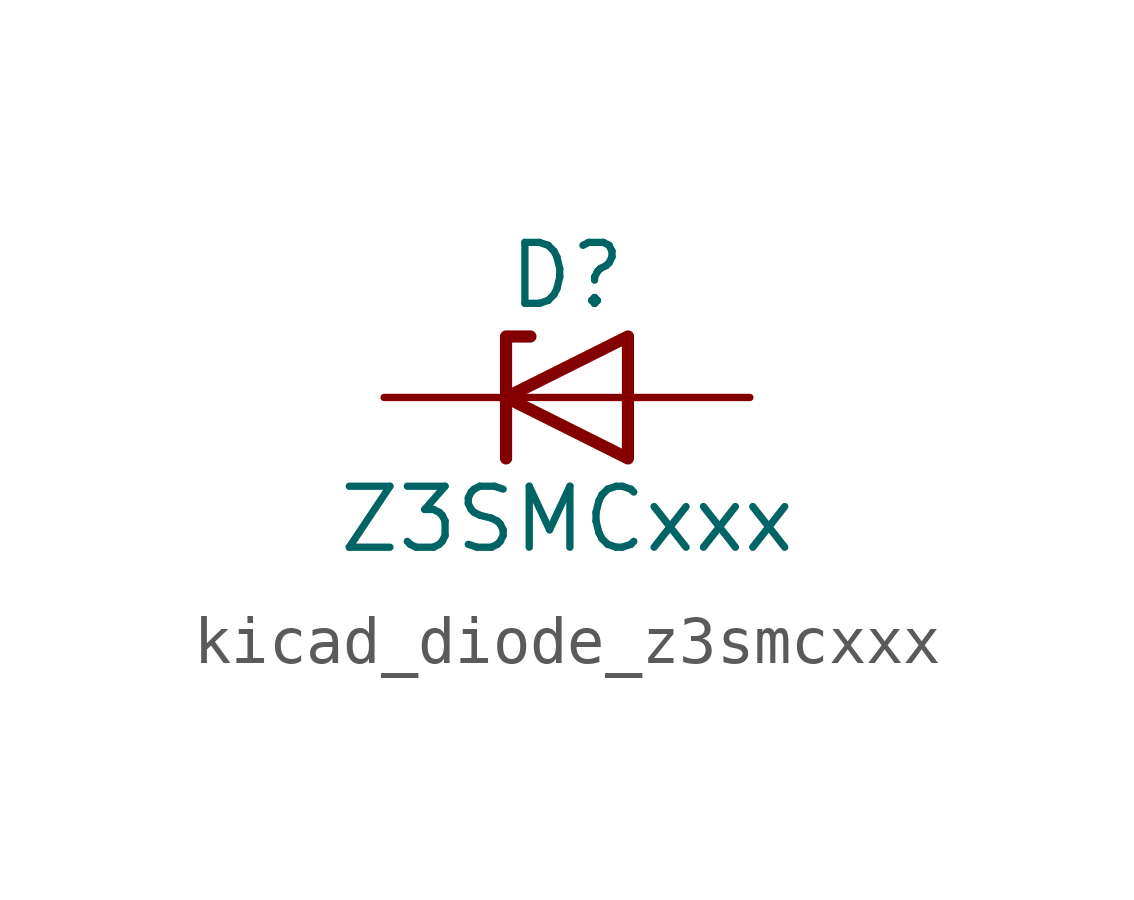
<source format=kicad_sym>
(kicad_symbol_lib
  (version 20220914)
  (generator kicad_symbol_editor)
  (symbol "kicad_diode_z3smcxxx"
    (pin_numbers hide)
    (pin_names hide)
    (property "Reference" "D"
      (at 0 2.54 0)
      (effects (font (size 1.27 1.27))))
    (property "Value" "Z3SMCxxx"
      (at 0 -2.54 0)
      (effects (font (size 1.27 1.27))))
    (symbol "kicad_diode_z3smcxxx_0_1"
      (polyline (pts (xy 1.27 0) (xy -1.27 0)) (stroke (width 0) (type default)) (fill (type none)))
      (polyline (pts (xy -1.27 -1.27) (xy -1.27 1.27) (xy -0.762 1.27)) (stroke (width 0.254) (type default)) (fill (type none)))
      (polyline (pts (xy 1.27 -1.27) (xy 1.27 1.27) (xy -1.27 0) (xy 1.27 -1.27)) (stroke (width 0.254) (type default)) (fill (type none))))
    (symbol "kicad_diode_z3smcxxx_1_1"
      (pin passive line (at -3.81 0 0) (length 2.54) (name "K" (effects (font (size 1.27 1.27)))) (number "1" (effects (font (size 1.27 1.27)))))
      (pin passive line (at 3.81 0 180) (length 2.54) (name "A" (effects (font (size 1.27 1.27)))) (number "2" (effects (font (size 1.27 1.27))))))))
</source>
